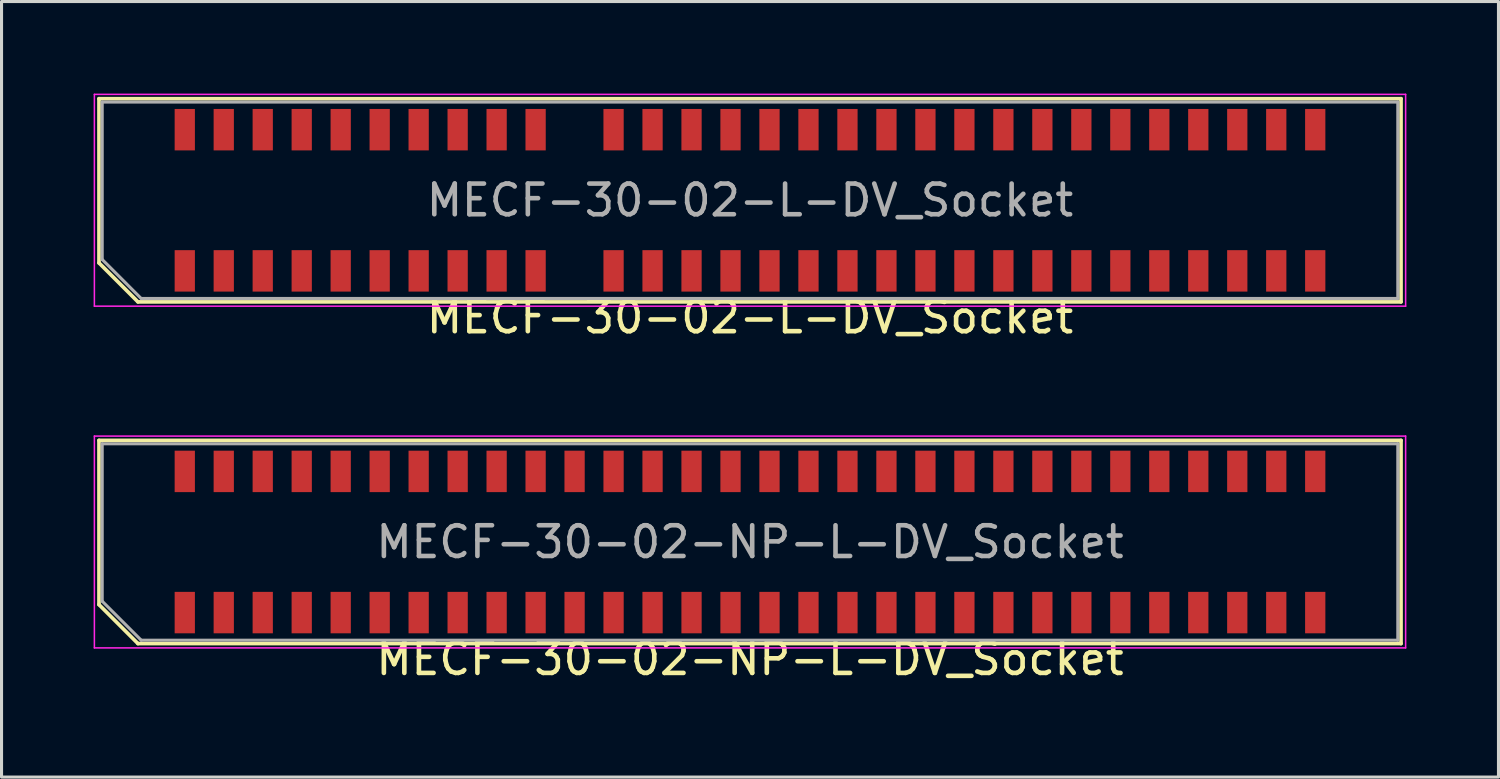
<source format=kicad_pcb>
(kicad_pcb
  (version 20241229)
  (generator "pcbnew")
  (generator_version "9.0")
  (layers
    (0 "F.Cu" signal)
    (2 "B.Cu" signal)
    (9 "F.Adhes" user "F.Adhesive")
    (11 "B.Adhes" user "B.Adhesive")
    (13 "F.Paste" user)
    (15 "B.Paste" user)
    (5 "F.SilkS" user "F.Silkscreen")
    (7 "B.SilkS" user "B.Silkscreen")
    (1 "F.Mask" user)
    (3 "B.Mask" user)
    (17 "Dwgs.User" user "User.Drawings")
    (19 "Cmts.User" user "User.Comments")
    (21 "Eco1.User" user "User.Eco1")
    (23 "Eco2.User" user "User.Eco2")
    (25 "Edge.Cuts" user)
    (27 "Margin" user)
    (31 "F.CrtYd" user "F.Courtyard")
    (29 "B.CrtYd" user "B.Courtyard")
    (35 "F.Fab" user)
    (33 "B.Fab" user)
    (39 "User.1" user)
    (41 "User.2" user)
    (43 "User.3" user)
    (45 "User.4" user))
  (footprint "MECF-30-02-NP-L-DV_Socket"
    (layer "F.Cu")
    (at 21.385 14.608)
    (property "Reference" "MECF-30-02-NP-L-DV_Socket" (at 0 3.81 0) (layer "F.SilkS") (effects (font (size 1 1) (thickness 0.15))))
    (attr smd)
    (fp_line (start -21.21 -3.31) (end 21.21 -3.31) (stroke (width 0.12) (type solid)) (layer "F.SilkS"))
    (fp_line (start -21.21 2.04) (end -21.21 -3.31) (stroke (width 0.12) (type solid)) (layer "F.SilkS"))
    (fp_line (start -19.94 3.31) (end -21.21 2.04) (stroke (width 0.12) (type solid)) (layer "F.SilkS"))
    (fp_line (start -19.94 3.31) (end 21.21 3.31) (stroke (width 0.12) (type solid)) (layer "F.SilkS"))
    (fp_line (start 21.21 3.31) (end 21.21 -3.31) (stroke (width 0.12) (type solid)) (layer "F.SilkS"))
    (fp_line (start -21.36 -3.45) (end -21.36 3.45) (stroke (width 0.05) (type solid)) (layer "F.CrtYd"))
    (fp_line (start -21.36 3.45) (end 21.36 3.45) (stroke (width 0.05) (type solid)) (layer "F.CrtYd"))
    (fp_line (start 21.36 -3.45) (end -21.36 -3.45) (stroke (width 0.05) (type solid)) (layer "F.CrtYd"))
    (fp_line (start 21.36 3.45) (end 21.36 -3.45) (stroke (width 0.05) (type solid)) (layer "F.CrtYd"))
    (fp_line (start -21.105 -3.2) (end 21.105 -3.2) (stroke (width 0.1) (type solid)) (layer "F.Fab"))
    (fp_line (start -21.105 1.93) (end -21.105 -3.2) (stroke (width 0.1) (type solid)) (layer "F.Fab"))
    (fp_line (start -21.105 1.93) (end -19.835 3.2) (stroke (width 0.1) (type solid)) (layer "F.Fab"))
    (fp_line (start -19.835 3.2) (end 21.105 3.2) (stroke (width 0.1) (type solid)) (layer "F.Fab"))
    (fp_line (start 21.105 3.2) (end 21.105 -3.2) (stroke (width 0.1) (type solid)) (layer "F.Fab"))
    (fp_text user "${REFERENCE}" (at 0 0 0) (layer "F.Fab") (effects (font (size 1 1) (thickness 0.15))))
    (pad "" np_thru_hole circle (at -20.195 0) (size 0.001 0.001) (drill 1.45) (layers "*.Cu" "*.Mask"))
    (pad "" np_thru_hole circle (at 20.195 1) (size 0.001 0.001) (drill 1.45) (layers "*.Cu" "*.Mask"))
    (pad "1" smd rect (at -18.415 2.3) (size 0.66 1.35) (layers "F.Cu" "F.Mask" "F.Paste"))
    (pad "2" smd rect (at -18.415 -2.3) (size 0.66 1.35) (layers "F.Cu" "F.Mask" "F.Paste"))
    (pad "3" smd rect (at -17.145 2.3) (size 0.66 1.35) (layers "F.Cu" "F.Mask" "F.Paste"))
    (pad "4" smd rect (at -17.145 -2.3) (size 0.66 1.35) (layers "F.Cu" "F.Mask" "F.Paste"))
    (pad "5" smd rect (at -15.875 2.3) (size 0.66 1.35) (layers "F.Cu" "F.Mask" "F.Paste"))
    (pad "6" smd rect (at -15.875 -2.3) (size 0.66 1.35) (layers "F.Cu" "F.Mask" "F.Paste"))
    (pad "7" smd rect (at -14.605 2.3) (size 0.66 1.35) (layers "F.Cu" "F.Mask" "F.Paste"))
    (pad "8" smd rect (at -14.605 -2.3) (size 0.66 1.35) (layers "F.Cu" "F.Mask" "F.Paste"))
    (pad "9" smd rect (at -13.335 2.3) (size 0.66 1.35) (layers "F.Cu" "F.Mask" "F.Paste"))
    (pad "10" smd rect (at -13.335 -2.3) (size 0.66 1.35) (layers "F.Cu" "F.Mask" "F.Paste"))
    (pad "11" smd rect (at -12.065 2.3) (size 0.66 1.35) (layers "F.Cu" "F.Mask" "F.Paste"))
    (pad "12" smd rect (at -12.065 -2.3) (size 0.66 1.35) (layers "F.Cu" "F.Mask" "F.Paste"))
    (pad "13" smd rect (at -10.795 2.3) (size 0.66 1.35) (layers "F.Cu" "F.Mask" "F.Paste"))
    (pad "14" smd rect (at -10.795 -2.3) (size 0.66 1.35) (layers "F.Cu" "F.Mask" "F.Paste"))
    (pad "15" smd rect (at -9.525 2.3) (size 0.66 1.35) (layers "F.Cu" "F.Mask" "F.Paste"))
    (pad "16" smd rect (at -9.525 -2.3) (size 0.66 1.35) (layers "F.Cu" "F.Mask" "F.Paste"))
    (pad "17" smd rect (at -8.255 2.3) (size 0.66 1.35) (layers "F.Cu" "F.Mask" "F.Paste"))
    (pad "18" smd rect (at -8.255 -2.3) (size 0.66 1.35) (layers "F.Cu" "F.Mask" "F.Paste"))
    (pad "19" smd rect (at -6.985 2.3) (size 0.66 1.35) (layers "F.Cu" "F.Mask" "F.Paste"))
    (pad "20" smd rect (at -6.985 -2.3) (size 0.66 1.35) (layers "F.Cu" "F.Mask" "F.Paste"))
    (pad "21" smd rect (at -5.715 2.3) (size 0.66 1.35) (layers "F.Cu" "F.Mask" "F.Paste"))
    (pad "22" smd rect (at -5.715 -2.3) (size 0.66 1.35) (layers "F.Cu" "F.Mask" "F.Paste"))
    (pad "23" smd rect (at -4.445 2.3) (size 0.66 1.35) (layers "F.Cu" "F.Mask" "F.Paste"))
    (pad "24" smd rect (at -4.445 -2.3) (size 0.66 1.35) (layers "F.Cu" "F.Mask" "F.Paste"))
    (pad "25" smd rect (at -3.175 2.3) (size 0.66 1.35) (layers "F.Cu" "F.Mask" "F.Paste"))
    (pad "26" smd rect (at -3.175 -2.3) (size 0.66 1.35) (layers "F.Cu" "F.Mask" "F.Paste"))
    (pad "27" smd rect (at -1.905 2.3) (size 0.66 1.35) (layers "F.Cu" "F.Mask" "F.Paste"))
    (pad "28" smd rect (at -1.905 -2.3) (size 0.66 1.35) (layers "F.Cu" "F.Mask" "F.Paste"))
    (pad "29" smd rect (at -0.635 2.3) (size 0.66 1.35) (layers "F.Cu" "F.Mask" "F.Paste"))
    (pad "30" smd rect (at -0.635 -2.3) (size 0.66 1.35) (layers "F.Cu" "F.Mask" "F.Paste"))
    (pad "31" smd rect (at 0.635 2.3) (size 0.66 1.35) (layers "F.Cu" "F.Mask" "F.Paste"))
    (pad "32" smd rect (at 0.635 -2.3) (size 0.66 1.35) (layers "F.Cu" "F.Mask" "F.Paste"))
    (pad "33" smd rect (at 1.905 2.3) (size 0.66 1.35) (layers "F.Cu" "F.Mask" "F.Paste"))
    (pad "34" smd rect (at 1.905 -2.3) (size 0.66 1.35) (layers "F.Cu" "F.Mask" "F.Paste"))
    (pad "35" smd rect (at 3.175 2.3) (size 0.66 1.35) (layers "F.Cu" "F.Mask" "F.Paste"))
    (pad "36" smd rect (at 3.175 -2.3) (size 0.66 1.35) (layers "F.Cu" "F.Mask" "F.Paste"))
    (pad "37" smd rect (at 4.445 2.3) (size 0.66 1.35) (layers "F.Cu" "F.Mask" "F.Paste"))
    (pad "38" smd rect (at 4.445 -2.3) (size 0.66 1.35) (layers "F.Cu" "F.Mask" "F.Paste"))
    (pad "39" smd rect (at 5.715 2.3) (size 0.66 1.35) (layers "F.Cu" "F.Mask" "F.Paste"))
    (pad "40" smd rect (at 5.715 -2.3) (size 0.66 1.35) (layers "F.Cu" "F.Mask" "F.Paste"))
    (pad "41" smd rect (at 6.985 2.3) (size 0.66 1.35) (layers "F.Cu" "F.Mask" "F.Paste"))
    (pad "42" smd rect (at 6.985 -2.3) (size 0.66 1.35) (layers "F.Cu" "F.Mask" "F.Paste"))
    (pad "43" smd rect (at 8.255 2.3) (size 0.66 1.35) (layers "F.Cu" "F.Mask" "F.Paste"))
    (pad "44" smd rect (at 8.255 -2.3) (size 0.66 1.35) (layers "F.Cu" "F.Mask" "F.Paste"))
    (pad "45" smd rect (at 9.525 2.3) (size 0.66 1.35) (layers "F.Cu" "F.Mask" "F.Paste"))
    (pad "46" smd rect (at 9.525 -2.3) (size 0.66 1.35) (layers "F.Cu" "F.Mask" "F.Paste"))
    (pad "47" smd rect (at 10.795 2.3) (size 0.66 1.35) (layers "F.Cu" "F.Mask" "F.Paste"))
    (pad "48" smd rect (at 10.795 -2.3) (size 0.66 1.35) (layers "F.Cu" "F.Mask" "F.Paste"))
    (pad "49" smd rect (at 12.065 2.3) (size 0.66 1.35) (layers "F.Cu" "F.Mask" "F.Paste"))
    (pad "50" smd rect (at 12.065 -2.3) (size 0.66 1.35) (layers "F.Cu" "F.Mask" "F.Paste"))
    (pad "51" smd rect (at 13.335 2.3) (size 0.66 1.35) (layers "F.Cu" "F.Mask" "F.Paste"))
    (pad "52" smd rect (at 13.335 -2.3) (size 0.66 1.35) (layers "F.Cu" "F.Mask" "F.Paste"))
    (pad "53" smd rect (at 14.605 2.3) (size 0.66 1.35) (layers "F.Cu" "F.Mask" "F.Paste"))
    (pad "54" smd rect (at 14.605 -2.3) (size 0.66 1.35) (layers "F.Cu" "F.Mask" "F.Paste"))
    (pad "55" smd rect (at 15.875 2.3) (size 0.66 1.35) (layers "F.Cu" "F.Mask" "F.Paste"))
    (pad "56" smd rect (at 15.875 -2.3) (size 0.66 1.35) (layers "F.Cu" "F.Mask" "F.Paste"))
    (pad "57" smd rect (at 17.145 2.3) (size 0.66 1.35) (layers "F.Cu" "F.Mask" "F.Paste"))
    (pad "58" smd rect (at 17.145 -2.3) (size 0.66 1.35) (layers "F.Cu" "F.Mask" "F.Paste"))
    (pad "59" smd rect (at 18.415 2.3) (size 0.66 1.35) (layers "F.Cu" "F.Mask" "F.Paste"))
    (pad "60" smd rect (at 18.415 -2.3) (size 0.66 1.35) (layers "F.Cu" "F.Mask" "F.Paste")))
  (footprint "MECF-30-02-L-DV_Socket"
    (layer "F.Cu")
    (at 21.385 3.475)
    (property "Reference" "MECF-30-02-L-DV_Socket" (at 0 3.81 0) (layer "F.SilkS") (effects (font (size 1 1) (thickness 0.15))))
    (attr smd)
    (fp_line (start -21.21 -3.31) (end 21.21 -3.31) (stroke (width 0.12) (type solid)) (layer "F.SilkS"))
    (fp_line (start -21.21 2.04) (end -21.21 -3.31) (stroke (width 0.12) (type solid)) (layer "F.SilkS"))
    (fp_line (start -19.94 3.31) (end -21.21 2.04) (stroke (width 0.12) (type solid)) (layer "F.SilkS"))
    (fp_line (start -19.94 3.31) (end 21.21 3.31) (stroke (width 0.12) (type solid)) (layer "F.SilkS"))
    (fp_line (start 21.21 3.31) (end 21.21 -3.31) (stroke (width 0.12) (type solid)) (layer "F.SilkS"))
    (fp_line (start -21.36 -3.45) (end -21.36 3.45) (stroke (width 0.05) (type solid)) (layer "F.CrtYd"))
    (fp_line (start -21.36 3.45) (end 21.36 3.45) (stroke (width 0.05) (type solid)) (layer "F.CrtYd"))
    (fp_line (start 21.36 -3.45) (end -21.36 -3.45) (stroke (width 0.05) (type solid)) (layer "F.CrtYd"))
    (fp_line (start 21.36 3.45) (end 21.36 -3.45) (stroke (width 0.05) (type solid)) (layer "F.CrtYd"))
    (fp_line (start -21.105 -3.2) (end 21.105 -3.2) (stroke (width 0.1) (type solid)) (layer "F.Fab"))
    (fp_line (start -21.105 1.93) (end -21.105 -3.2) (stroke (width 0.1) (type solid)) (layer "F.Fab"))
    (fp_line (start -21.105 1.93) (end -19.835 3.2) (stroke (width 0.1) (type solid)) (layer "F.Fab"))
    (fp_line (start -19.835 3.2) (end 21.105 3.2) (stroke (width 0.1) (type solid)) (layer "F.Fab"))
    (fp_line (start 21.105 3.2) (end 21.105 -3.2) (stroke (width 0.1) (type solid)) (layer "F.Fab"))
    (fp_text user "${REFERENCE}" (at 0 0 0) (layer "F.Fab") (effects (font (size 1 1) (thickness 0.15))))
    (pad "" np_thru_hole circle (at -20.195 0) (size 0.001 0.001) (drill 1.45) (layers "*.Cu" "*.Mask"))
    (pad "" np_thru_hole circle (at 20.195 1) (size 0.001 0.001) (drill 1.45) (layers "*.Cu" "*.Mask"))
    (pad "1" smd rect (at -18.415 2.3) (size 0.66 1.35) (layers "F.Cu" "F.Mask" "F.Paste"))
    (pad "2" smd rect (at -18.415 -2.3) (size 0.66 1.35) (layers "F.Cu" "F.Mask" "F.Paste"))
    (pad "3" smd rect (at -17.145 2.3) (size 0.66 1.35) (layers "F.Cu" "F.Mask" "F.Paste"))
    (pad "4" smd rect (at -17.145 -2.3) (size 0.66 1.35) (layers "F.Cu" "F.Mask" "F.Paste"))
    (pad "5" smd rect (at -15.875 2.3) (size 0.66 1.35) (layers "F.Cu" "F.Mask" "F.Paste"))
    (pad "6" smd rect (at -15.875 -2.3) (size 0.66 1.35) (layers "F.Cu" "F.Mask" "F.Paste"))
    (pad "7" smd rect (at -14.605 2.3) (size 0.66 1.35) (layers "F.Cu" "F.Mask" "F.Paste"))
    (pad "8" smd rect (at -14.605 -2.3) (size 0.66 1.35) (layers "F.Cu" "F.Mask" "F.Paste"))
    (pad "9" smd rect (at -13.335 2.3) (size 0.66 1.35) (layers "F.Cu" "F.Mask" "F.Paste"))
    (pad "10" smd rect (at -13.335 -2.3) (size 0.66 1.35) (layers "F.Cu" "F.Mask" "F.Paste"))
    (pad "11" smd rect (at -12.065 2.3) (size 0.66 1.35) (layers "F.Cu" "F.Mask" "F.Paste"))
    (pad "12" smd rect (at -12.065 -2.3) (size 0.66 1.35) (layers "F.Cu" "F.Mask" "F.Paste"))
    (pad "13" smd rect (at -10.795 2.3) (size 0.66 1.35) (layers "F.Cu" "F.Mask" "F.Paste"))
    (pad "14" smd rect (at -10.795 -2.3) (size 0.66 1.35) (layers "F.Cu" "F.Mask" "F.Paste"))
    (pad "15" smd rect (at -9.525 2.3) (size 0.66 1.35) (layers "F.Cu" "F.Mask" "F.Paste"))
    (pad "16" smd rect (at -9.525 -2.3) (size 0.66 1.35) (layers "F.Cu" "F.Mask" "F.Paste"))
    (pad "17" smd rect (at -8.255 2.3) (size 0.66 1.35) (layers "F.Cu" "F.Mask" "F.Paste"))
    (pad "18" smd rect (at -8.255 -2.3) (size 0.66 1.35) (layers "F.Cu" "F.Mask" "F.Paste"))
    (pad "19" smd rect (at -6.985 2.3) (size 0.66 1.35) (layers "F.Cu" "F.Mask" "F.Paste"))
    (pad "20" smd rect (at -6.985 -2.3) (size 0.66 1.35) (layers "F.Cu" "F.Mask" "F.Paste"))
    (pad "23" smd rect (at -4.445 2.3) (size 0.66 1.35) (layers "F.Cu" "F.Mask" "F.Paste"))
    (pad "24" smd rect (at -4.445 -2.3) (size 0.66 1.35) (layers "F.Cu" "F.Mask" "F.Paste"))
    (pad "25" smd rect (at -3.175 2.3) (size 0.66 1.35) (layers "F.Cu" "F.Mask" "F.Paste"))
    (pad "26" smd rect (at -3.175 -2.3) (size 0.66 1.35) (layers "F.Cu" "F.Mask" "F.Paste"))
    (pad "27" smd rect (at -1.905 2.3) (size 0.66 1.35) (layers "F.Cu" "F.Mask" "F.Paste"))
    (pad "28" smd rect (at -1.905 -2.3) (size 0.66 1.35) (layers "F.Cu" "F.Mask" "F.Paste"))
    (pad "29" smd rect (at -0.635 2.3) (size 0.66 1.35) (layers "F.Cu" "F.Mask" "F.Paste"))
    (pad "30" smd rect (at -0.635 -2.3) (size 0.66 1.35) (layers "F.Cu" "F.Mask" "F.Paste"))
    (pad "31" smd rect (at 0.635 2.3) (size 0.66 1.35) (layers "F.Cu" "F.Mask" "F.Paste"))
    (pad "32" smd rect (at 0.635 -2.3) (size 0.66 1.35) (layers "F.Cu" "F.Mask" "F.Paste"))
    (pad "33" smd rect (at 1.905 2.3) (size 0.66 1.35) (layers "F.Cu" "F.Mask" "F.Paste"))
    (pad "34" smd rect (at 1.905 -2.3) (size 0.66 1.35) (layers "F.Cu" "F.Mask" "F.Paste"))
    (pad "35" smd rect (at 3.175 2.3) (size 0.66 1.35) (layers "F.Cu" "F.Mask" "F.Paste"))
    (pad "36" smd rect (at 3.175 -2.3) (size 0.66 1.35) (layers "F.Cu" "F.Mask" "F.Paste"))
    (pad "37" smd rect (at 4.445 2.3) (size 0.66 1.35) (layers "F.Cu" "F.Mask" "F.Paste"))
    (pad "38" smd rect (at 4.445 -2.3) (size 0.66 1.35) (layers "F.Cu" "F.Mask" "F.Paste"))
    (pad "39" smd rect (at 5.715 2.3) (size 0.66 1.35) (layers "F.Cu" "F.Mask" "F.Paste"))
    (pad "40" smd rect (at 5.715 -2.3) (size 0.66 1.35) (layers "F.Cu" "F.Mask" "F.Paste"))
    (pad "41" smd rect (at 6.985 2.3) (size 0.66 1.35) (layers "F.Cu" "F.Mask" "F.Paste"))
    (pad "42" smd rect (at 6.985 -2.3) (size 0.66 1.35) (layers "F.Cu" "F.Mask" "F.Paste"))
    (pad "43" smd rect (at 8.255 2.3) (size 0.66 1.35) (layers "F.Cu" "F.Mask" "F.Paste"))
    (pad "44" smd rect (at 8.255 -2.3) (size 0.66 1.35) (layers "F.Cu" "F.Mask" "F.Paste"))
    (pad "45" smd rect (at 9.525 2.3) (size 0.66 1.35) (layers "F.Cu" "F.Mask" "F.Paste"))
    (pad "46" smd rect (at 9.525 -2.3) (size 0.66 1.35) (layers "F.Cu" "F.Mask" "F.Paste"))
    (pad "47" smd rect (at 10.795 2.3) (size 0.66 1.35) (layers "F.Cu" "F.Mask" "F.Paste"))
    (pad "48" smd rect (at 10.795 -2.3) (size 0.66 1.35) (layers "F.Cu" "F.Mask" "F.Paste"))
    (pad "49" smd rect (at 12.065 2.3) (size 0.66 1.35) (layers "F.Cu" "F.Mask" "F.Paste"))
    (pad "50" smd rect (at 12.065 -2.3) (size 0.66 1.35) (layers "F.Cu" "F.Mask" "F.Paste"))
    (pad "51" smd rect (at 13.335 2.3) (size 0.66 1.35) (layers "F.Cu" "F.Mask" "F.Paste"))
    (pad "52" smd rect (at 13.335 -2.3) (size 0.66 1.35) (layers "F.Cu" "F.Mask" "F.Paste"))
    (pad "53" smd rect (at 14.605 2.3) (size 0.66 1.35) (layers "F.Cu" "F.Mask" "F.Paste"))
    (pad "54" smd rect (at 14.605 -2.3) (size 0.66 1.35) (layers "F.Cu" "F.Mask" "F.Paste"))
    (pad "55" smd rect (at 15.875 2.3) (size 0.66 1.35) (layers "F.Cu" "F.Mask" "F.Paste"))
    (pad "56" smd rect (at 15.875 -2.3) (size 0.66 1.35) (layers "F.Cu" "F.Mask" "F.Paste"))
    (pad "57" smd rect (at 17.145 2.3) (size 0.66 1.35) (layers "F.Cu" "F.Mask" "F.Paste"))
    (pad "58" smd rect (at 17.145 -2.3) (size 0.66 1.35) (layers "F.Cu" "F.Mask" "F.Paste"))
    (pad "59" smd rect (at 18.415 2.3) (size 0.66 1.35) (layers "F.Cu" "F.Mask" "F.Paste"))
    (pad "60" smd rect (at 18.415 -2.3) (size 0.66 1.35) (layers "F.Cu" "F.Mask" "F.Paste")))
  (gr_rect
    (start -3 -3)
    (end 45.77 22.267)
    (stroke (width 0.1) (type default))
    (fill no)
    (layer "Edge.Cuts")))
</source>
